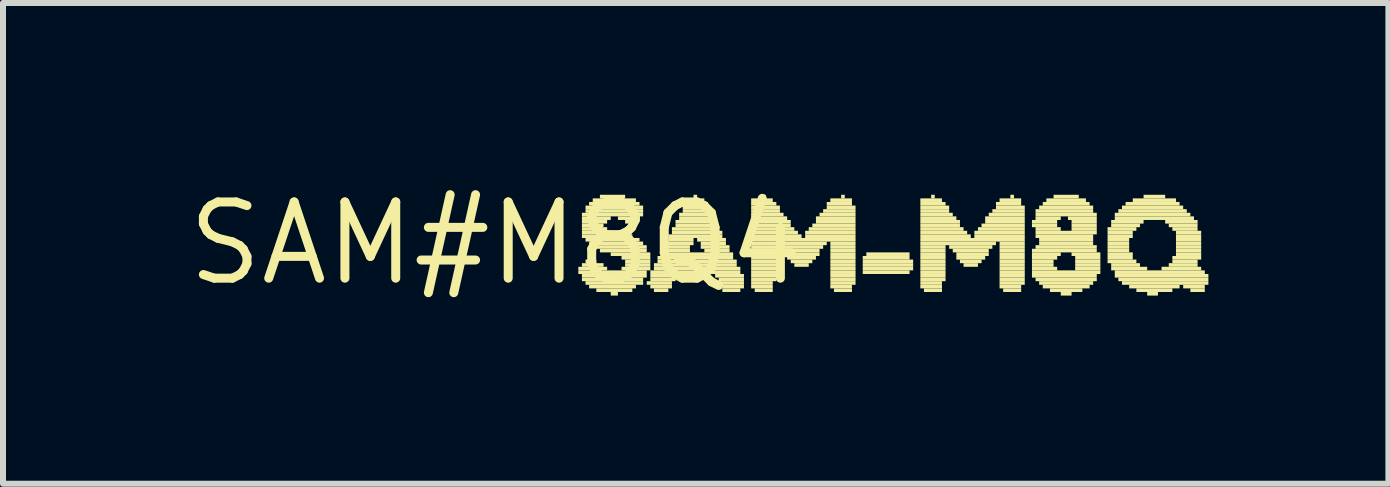
<source format=kicad_pcb>
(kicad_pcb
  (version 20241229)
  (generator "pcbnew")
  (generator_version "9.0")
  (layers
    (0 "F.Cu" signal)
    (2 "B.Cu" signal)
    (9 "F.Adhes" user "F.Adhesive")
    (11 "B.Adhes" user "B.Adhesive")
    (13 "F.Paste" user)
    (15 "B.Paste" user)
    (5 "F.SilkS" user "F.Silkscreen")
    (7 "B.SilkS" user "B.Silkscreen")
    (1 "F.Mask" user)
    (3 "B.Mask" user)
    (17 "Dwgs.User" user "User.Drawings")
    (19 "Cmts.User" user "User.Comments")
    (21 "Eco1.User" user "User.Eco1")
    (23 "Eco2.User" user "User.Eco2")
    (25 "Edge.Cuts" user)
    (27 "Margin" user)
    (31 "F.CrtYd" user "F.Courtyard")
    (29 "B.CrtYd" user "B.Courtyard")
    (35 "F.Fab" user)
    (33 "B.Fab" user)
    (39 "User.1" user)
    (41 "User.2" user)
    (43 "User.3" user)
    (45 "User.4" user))
  (footprint "SAM#M8Q4"
    (layer "F.Cu")
    (at 5.208 1.006)
    (property "Reference" "SAM#M8Q4" (at 0 0 0) (layer "F.SilkS") (effects (font (size 1.27 1.27) (thickness 0.15))))
    (fp_poly (pts (xy 1.38 0.45) (xy 1.86 0.45) (xy 1.86 0.39) (xy 1.38 0.39)) (stroke (width 0) (type solid)) (fill yes) (layer "F.SilkS"))
    (fp_poly (pts (xy 1.38 0.51) (xy 2.52 0.51) (xy 2.52 0.45) (xy 1.38 0.45)) (stroke (width 0) (type solid)) (fill yes) (layer "F.SilkS"))
    (fp_poly (pts (xy 1.44 -0.45) (xy 2.46 -0.45) (xy 2.46 -0.51) (xy 1.44 -0.51)) (stroke (width 0) (type solid)) (fill yes) (layer "F.SilkS"))
    (fp_poly (pts (xy 1.44 -0.39) (xy 1.92 -0.39) (xy 1.92 -0.45) (xy 1.44 -0.45)) (stroke (width 0) (type solid)) (fill yes) (layer "F.SilkS"))
    (fp_poly (pts (xy 1.44 -0.33) (xy 1.86 -0.33) (xy 1.86 -0.39) (xy 1.44 -0.39)) (stroke (width 0) (type solid)) (fill yes) (layer "F.SilkS"))
    (fp_poly (pts (xy 1.44 -0.27) (xy 1.8 -0.27) (xy 1.8 -0.33) (xy 1.44 -0.33)) (stroke (width 0) (type solid)) (fill yes) (layer "F.SilkS"))
    (fp_poly (pts (xy 1.44 -0.21) (xy 1.86 -0.21) (xy 1.86 -0.27) (xy 1.44 -0.27)) (stroke (width 0) (type solid)) (fill yes) (layer "F.SilkS"))
    (fp_poly (pts (xy 1.44 -0.15) (xy 1.98 -0.15) (xy 1.98 -0.21) (xy 1.44 -0.21)) (stroke (width 0) (type solid)) (fill yes) (layer "F.SilkS"))
    (fp_poly (pts (xy 1.44 -0.09) (xy 2.28 -0.09) (xy 2.28 -0.15) (xy 1.44 -0.15)) (stroke (width 0) (type solid)) (fill yes) (layer "F.SilkS"))
    (fp_poly (pts (xy 1.44 0.39) (xy 1.8 0.39) (xy 1.8 0.33) (xy 1.44 0.33)) (stroke (width 0) (type solid)) (fill yes) (layer "F.SilkS"))
    (fp_poly (pts (xy 1.44 0.57) (xy 2.52 0.57) (xy 2.52 0.51) (xy 1.44 0.51)) (stroke (width 0) (type solid)) (fill yes) (layer "F.SilkS"))
    (fp_poly (pts (xy 1.44 0.63) (xy 2.46 0.63) (xy 2.46 0.57) (xy 1.44 0.57)) (stroke (width 0) (type solid)) (fill yes) (layer "F.SilkS"))
    (fp_poly (pts (xy 1.5 -0.57) (xy 2.46 -0.57) (xy 2.46 -0.63) (xy 1.5 -0.63)) (stroke (width 0) (type solid)) (fill yes) (layer "F.SilkS"))
    (fp_poly (pts (xy 1.5 -0.51) (xy 2.46 -0.51) (xy 2.46 -0.57) (xy 1.5 -0.57)) (stroke (width 0) (type solid)) (fill yes) (layer "F.SilkS"))
    (fp_poly (pts (xy 1.5 -0.03) (xy 2.4 -0.03) (xy 2.4 -0.09) (xy 1.5 -0.09)) (stroke (width 0) (type solid)) (fill yes) (layer "F.SilkS"))
    (fp_poly (pts (xy 1.5 0.33) (xy 1.68 0.33) (xy 1.68 0.27) (xy 1.5 0.27)) (stroke (width 0) (type solid)) (fill yes) (layer "F.SilkS"))
    (fp_poly (pts (xy 1.5 0.69) (xy 2.46 0.69) (xy 2.46 0.63) (xy 1.5 0.63)) (stroke (width 0) (type solid)) (fill yes) (layer "F.SilkS"))
    (fp_poly (pts (xy 1.56 -0.63) (xy 2.4 -0.63) (xy 2.4 -0.69) (xy 1.56 -0.69)) (stroke (width 0) (type solid)) (fill yes) (layer "F.SilkS"))
    (fp_poly (pts (xy 1.56 0.03) (xy 2.46 0.03) (xy 2.46 -0.03) (xy 1.56 -0.03)) (stroke (width 0) (type solid)) (fill yes) (layer "F.SilkS"))
    (fp_poly (pts (xy 1.56 0.75) (xy 2.34 0.75) (xy 2.34 0.69) (xy 1.56 0.69)) (stroke (width 0) (type solid)) (fill yes) (layer "F.SilkS"))
    (fp_poly (pts (xy 1.62 -0.69) (xy 2.34 -0.69) (xy 2.34 -0.75) (xy 1.62 -0.75)) (stroke (width 0) (type solid)) (fill yes) (layer "F.SilkS"))
    (fp_poly (pts (xy 1.62 0.09) (xy 2.52 0.09) (xy 2.52 0.03) (xy 1.62 0.03)) (stroke (width 0) (type solid)) (fill yes) (layer "F.SilkS"))
    (fp_poly (pts (xy 1.68 0.81) (xy 2.28 0.81) (xy 2.28 0.75) (xy 1.68 0.75)) (stroke (width 0) (type solid)) (fill yes) (layer "F.SilkS"))
    (fp_poly (pts (xy 1.74 -0.75) (xy 2.16 -0.75) (xy 2.16 -0.81) (xy 1.74 -0.81)) (stroke (width 0) (type solid)) (fill yes) (layer "F.SilkS"))
    (fp_poly (pts (xy 1.74 0.15) (xy 2.52 0.15) (xy 2.52 0.09) (xy 1.74 0.09)) (stroke (width 0) (type solid)) (fill yes) (layer "F.SilkS"))
    (fp_poly (pts (xy 1.92 0.21) (xy 2.58 0.21) (xy 2.58 0.15) (xy 1.92 0.15)) (stroke (width 0) (type solid)) (fill yes) (layer "F.SilkS"))
    (fp_poly (pts (xy 1.92 0.87) (xy 2.04 0.87) (xy 2.04 0.81) (xy 1.92 0.81)) (stroke (width 0) (type solid)) (fill yes) (layer "F.SilkS"))
    (fp_poly (pts (xy 2.04 -0.39) (xy 2.4 -0.39) (xy 2.4 -0.45) (xy 2.04 -0.45)) (stroke (width 0) (type solid)) (fill yes) (layer "F.SilkS"))
    (fp_poly (pts (xy 2.1 0.27) (xy 2.58 0.27) (xy 2.58 0.21) (xy 2.1 0.21)) (stroke (width 0) (type solid)) (fill yes) (layer "F.SilkS"))
    (fp_poly (pts (xy 2.1 0.45) (xy 2.58 0.45) (xy 2.58 0.39) (xy 2.1 0.39)) (stroke (width 0) (type solid)) (fill yes) (layer "F.SilkS"))
    (fp_poly (pts (xy 2.16 -0.33) (xy 2.34 -0.33) (xy 2.34 -0.39) (xy 2.16 -0.39)) (stroke (width 0) (type solid)) (fill yes) (layer "F.SilkS"))
    (fp_poly (pts (xy 2.16 0.33) (xy 2.58 0.33) (xy 2.58 0.27) (xy 2.16 0.27)) (stroke (width 0) (type solid)) (fill yes) (layer "F.SilkS"))
    (fp_poly (pts (xy 2.16 0.39) (xy 2.58 0.39) (xy 2.58 0.33) (xy 2.16 0.33)) (stroke (width 0) (type solid)) (fill yes) (layer "F.SilkS"))
    (fp_poly (pts (xy 2.52 0.69) (xy 2.94 0.69) (xy 2.94 0.63) (xy 2.52 0.63)) (stroke (width 0) (type solid)) (fill yes) (layer "F.SilkS"))
    (fp_poly (pts (xy 2.58 0.51) (xy 4.08 0.51) (xy 4.08 0.45) (xy 2.58 0.45)) (stroke (width 0) (type solid)) (fill yes) (layer "F.SilkS"))
    (fp_poly (pts (xy 2.58 0.57) (xy 3 0.57) (xy 3 0.51) (xy 2.58 0.51)) (stroke (width 0) (type solid)) (fill yes) (layer "F.SilkS"))
    (fp_poly (pts (xy 2.58 0.63) (xy 3 0.63) (xy 3 0.57) (xy 2.58 0.57)) (stroke (width 0) (type solid)) (fill yes) (layer "F.SilkS"))
    (fp_poly (pts (xy 2.58 0.75) (xy 2.94 0.75) (xy 2.94 0.69) (xy 2.58 0.69)) (stroke (width 0) (type solid)) (fill yes) (layer "F.SilkS"))
    (fp_poly (pts (xy 2.64 0.39) (xy 4.02 0.39) (xy 4.02 0.33) (xy 2.64 0.33)) (stroke (width 0) (type solid)) (fill yes) (layer "F.SilkS"))
    (fp_poly (pts (xy 2.64 0.45) (xy 4.08 0.45) (xy 4.08 0.39) (xy 2.64 0.39)) (stroke (width 0) (type solid)) (fill yes) (layer "F.SilkS"))
    (fp_poly (pts (xy 2.64 0.81) (xy 2.88 0.81) (xy 2.88 0.75) (xy 2.64 0.75)) (stroke (width 0) (type solid)) (fill yes) (layer "F.SilkS"))
    (fp_poly (pts (xy 2.7 0.27) (xy 3.96 0.27) (xy 3.96 0.21) (xy 2.7 0.21)) (stroke (width 0) (type solid)) (fill yes) (layer "F.SilkS"))
    (fp_poly (pts (xy 2.7 0.33) (xy 4.02 0.33) (xy 4.02 0.27) (xy 2.7 0.27)) (stroke (width 0) (type solid)) (fill yes) (layer "F.SilkS"))
    (fp_poly (pts (xy 2.76 0.15) (xy 3.24 0.15) (xy 3.24 0.09) (xy 2.76 0.09)) (stroke (width 0) (type solid)) (fill yes) (layer "F.SilkS"))
    (fp_poly (pts (xy 2.76 0.21) (xy 3.96 0.21) (xy 3.96 0.15) (xy 2.76 0.15)) (stroke (width 0) (type solid)) (fill yes) (layer "F.SilkS"))
    (fp_poly (pts (xy 2.82 0.03) (xy 3.3 0.03) (xy 3.3 -0.03) (xy 2.82 -0.03)) (stroke (width 0) (type solid)) (fill yes) (layer "F.SilkS"))
    (fp_poly (pts (xy 2.82 0.09) (xy 3.24 0.09) (xy 3.24 0.03) (xy 2.82 0.03)) (stroke (width 0) (type solid)) (fill yes) (layer "F.SilkS"))
    (fp_poly (pts (xy 2.88 -0.09) (xy 3.78 -0.09) (xy 3.78 -0.15) (xy 2.88 -0.15)) (stroke (width 0) (type solid)) (fill yes) (layer "F.SilkS"))
    (fp_poly (pts (xy 2.88 -0.03) (xy 3.3 -0.03) (xy 3.3 -0.09) (xy 2.88 -0.09)) (stroke (width 0) (type solid)) (fill yes) (layer "F.SilkS"))
    (fp_poly (pts (xy 2.94 -0.21) (xy 3.72 -0.21) (xy 3.72 -0.27) (xy 2.94 -0.27)) (stroke (width 0) (type solid)) (fill yes) (layer "F.SilkS"))
    (fp_poly (pts (xy 2.94 -0.15) (xy 3.78 -0.15) (xy 3.78 -0.21) (xy 2.94 -0.21)) (stroke (width 0) (type solid)) (fill yes) (layer "F.SilkS"))
    (fp_poly (pts (xy 3 -0.33) (xy 3.66 -0.33) (xy 3.66 -0.39) (xy 3 -0.39)) (stroke (width 0) (type solid)) (fill yes) (layer "F.SilkS"))
    (fp_poly (pts (xy 3 -0.27) (xy 3.72 -0.27) (xy 3.72 -0.33) (xy 3 -0.33)) (stroke (width 0) (type solid)) (fill yes) (layer "F.SilkS"))
    (fp_poly (pts (xy 3.06 -0.45) (xy 3.6 -0.45) (xy 3.6 -0.51) (xy 3.06 -0.51)) (stroke (width 0) (type solid)) (fill yes) (layer "F.SilkS"))
    (fp_poly (pts (xy 3.06 -0.39) (xy 3.66 -0.39) (xy 3.66 -0.45) (xy 3.06 -0.45)) (stroke (width 0) (type solid)) (fill yes) (layer "F.SilkS"))
    (fp_poly (pts (xy 3.12 -0.57) (xy 3.54 -0.57) (xy 3.54 -0.63) (xy 3.12 -0.63)) (stroke (width 0) (type solid)) (fill yes) (layer "F.SilkS"))
    (fp_poly (pts (xy 3.12 -0.51) (xy 3.6 -0.51) (xy 3.6 -0.57) (xy 3.12 -0.57)) (stroke (width 0) (type solid)) (fill yes) (layer "F.SilkS"))
    (fp_poly (pts (xy 3.18 -0.69) (xy 3.48 -0.69) (xy 3.48 -0.75) (xy 3.18 -0.75)) (stroke (width 0) (type solid)) (fill yes) (layer "F.SilkS"))
    (fp_poly (pts (xy 3.18 -0.63) (xy 3.54 -0.63) (xy 3.54 -0.69) (xy 3.18 -0.69)) (stroke (width 0) (type solid)) (fill yes) (layer "F.SilkS"))
    (fp_poly (pts (xy 3.3 -0.75) (xy 3.36 -0.75) (xy 3.36 -0.81) (xy 3.3 -0.81)) (stroke (width 0) (type solid)) (fill yes) (layer "F.SilkS"))
    (fp_poly (pts (xy 3.36 -0.03) (xy 3.84 -0.03) (xy 3.84 -0.09) (xy 3.36 -0.09)) (stroke (width 0) (type solid)) (fill yes) (layer "F.SilkS"))
    (fp_poly (pts (xy 3.42 0.03) (xy 3.84 0.03) (xy 3.84 -0.03) (xy 3.42 -0.03)) (stroke (width 0) (type solid)) (fill yes) (layer "F.SilkS"))
    (fp_poly (pts (xy 3.42 0.09) (xy 3.9 0.09) (xy 3.9 0.03) (xy 3.42 0.03)) (stroke (width 0) (type solid)) (fill yes) (layer "F.SilkS"))
    (fp_poly (pts (xy 3.48 0.15) (xy 3.9 0.15) (xy 3.9 0.09) (xy 3.48 0.09)) (stroke (width 0) (type solid)) (fill yes) (layer "F.SilkS"))
    (fp_poly (pts (xy 3.66 0.57) (xy 4.14 0.57) (xy 4.14 0.51) (xy 3.66 0.51)) (stroke (width 0) (type solid)) (fill yes) (layer "F.SilkS"))
    (fp_poly (pts (xy 3.72 0.63) (xy 4.14 0.63) (xy 4.14 0.57) (xy 3.72 0.57)) (stroke (width 0) (type solid)) (fill yes) (layer "F.SilkS"))
    (fp_poly (pts (xy 3.72 0.69) (xy 4.14 0.69) (xy 4.14 0.63) (xy 3.72 0.63)) (stroke (width 0) (type solid)) (fill yes) (layer "F.SilkS"))
    (fp_poly (pts (xy 3.78 0.75) (xy 4.14 0.75) (xy 4.14 0.69) (xy 3.78 0.69)) (stroke (width 0) (type solid)) (fill yes) (layer "F.SilkS"))
    (fp_poly (pts (xy 3.78 0.81) (xy 4.08 0.81) (xy 4.08 0.75) (xy 3.78 0.75)) (stroke (width 0) (type solid)) (fill yes) (layer "F.SilkS"))
    (fp_poly (pts (xy 4.26 -0.69) (xy 4.62 -0.69) (xy 4.62 -0.75) (xy 4.26 -0.75)) (stroke (width 0) (type solid)) (fill yes) (layer "F.SilkS"))
    (fp_poly (pts (xy 4.26 -0.63) (xy 4.68 -0.63) (xy 4.68 -0.69) (xy 4.26 -0.69)) (stroke (width 0) (type solid)) (fill yes) (layer "F.SilkS"))
    (fp_poly (pts (xy 4.26 -0.57) (xy 4.74 -0.57) (xy 4.74 -0.63) (xy 4.26 -0.63)) (stroke (width 0) (type solid)) (fill yes) (layer "F.SilkS"))
    (fp_poly (pts (xy 4.26 -0.51) (xy 4.74 -0.51) (xy 4.74 -0.57) (xy 4.26 -0.57)) (stroke (width 0) (type solid)) (fill yes) (layer "F.SilkS"))
    (fp_poly (pts (xy 4.26 -0.45) (xy 4.8 -0.45) (xy 4.8 -0.51) (xy 4.26 -0.51)) (stroke (width 0) (type solid)) (fill yes) (layer "F.SilkS"))
    (fp_poly (pts (xy 4.26 -0.39) (xy 4.86 -0.39) (xy 4.86 -0.45) (xy 4.26 -0.45)) (stroke (width 0) (type solid)) (fill yes) (layer "F.SilkS"))
    (fp_poly (pts (xy 4.26 -0.33) (xy 4.92 -0.33) (xy 4.92 -0.39) (xy 4.26 -0.39)) (stroke (width 0) (type solid)) (fill yes) (layer "F.SilkS"))
    (fp_poly (pts (xy 4.26 -0.27) (xy 4.92 -0.27) (xy 4.92 -0.33) (xy 4.26 -0.33)) (stroke (width 0) (type solid)) (fill yes) (layer "F.SilkS"))
    (fp_poly (pts (xy 4.26 -0.21) (xy 4.98 -0.21) (xy 4.98 -0.27) (xy 4.26 -0.27)) (stroke (width 0) (type solid)) (fill yes) (layer "F.SilkS"))
    (fp_poly (pts (xy 4.26 -0.15) (xy 5.04 -0.15) (xy 5.04 -0.21) (xy 4.26 -0.21)) (stroke (width 0) (type solid)) (fill yes) (layer "F.SilkS"))
    (fp_poly (pts (xy 4.26 -0.09) (xy 5.1 -0.09) (xy 5.1 -0.15) (xy 4.26 -0.15)) (stroke (width 0) (type solid)) (fill yes) (layer "F.SilkS"))
    (fp_poly (pts (xy 4.26 -0.03) (xy 6 -0.03) (xy 6 -0.09) (xy 4.26 -0.09)) (stroke (width 0) (type solid)) (fill yes) (layer "F.SilkS"))
    (fp_poly (pts (xy 4.26 0.03) (xy 5.52 0.03) (xy 5.52 -0.03) (xy 4.26 -0.03)) (stroke (width 0) (type solid)) (fill yes) (layer "F.SilkS"))
    (fp_poly (pts (xy 4.26 0.09) (xy 4.68 0.09) (xy 4.68 0.03) (xy 4.26 0.03)) (stroke (width 0) (type solid)) (fill yes) (layer "F.SilkS"))
    (fp_poly (pts (xy 4.26 0.15) (xy 4.68 0.15) (xy 4.68 0.09) (xy 4.26 0.09)) (stroke (width 0) (type solid)) (fill yes) (layer "F.SilkS"))
    (fp_poly (pts (xy 4.26 0.21) (xy 4.68 0.21) (xy 4.68 0.15) (xy 4.26 0.15)) (stroke (width 0) (type solid)) (fill yes) (layer "F.SilkS"))
    (fp_poly (pts (xy 4.26 0.27) (xy 4.68 0.27) (xy 4.68 0.21) (xy 4.26 0.21)) (stroke (width 0) (type solid)) (fill yes) (layer "F.SilkS"))
    (fp_poly (pts (xy 4.26 0.33) (xy 4.68 0.33) (xy 4.68 0.27) (xy 4.26 0.27)) (stroke (width 0) (type solid)) (fill yes) (layer "F.SilkS"))
    (fp_poly (pts (xy 4.26 0.39) (xy 4.68 0.39) (xy 4.68 0.33) (xy 4.26 0.33)) (stroke (width 0) (type solid)) (fill yes) (layer "F.SilkS"))
    (fp_poly (pts (xy 4.26 0.45) (xy 4.68 0.45) (xy 4.68 0.39) (xy 4.26 0.39)) (stroke (width 0) (type solid)) (fill yes) (layer "F.SilkS"))
    (fp_poly (pts (xy 4.26 0.51) (xy 4.68 0.51) (xy 4.68 0.45) (xy 4.26 0.45)) (stroke (width 0) (type solid)) (fill yes) (layer "F.SilkS"))
    (fp_poly (pts (xy 4.26 0.57) (xy 4.68 0.57) (xy 4.68 0.51) (xy 4.26 0.51)) (stroke (width 0) (type solid)) (fill yes) (layer "F.SilkS"))
    (fp_poly (pts (xy 4.26 0.63) (xy 4.68 0.63) (xy 4.68 0.57) (xy 4.26 0.57)) (stroke (width 0) (type solid)) (fill yes) (layer "F.SilkS"))
    (fp_poly (pts (xy 4.26 0.69) (xy 4.62 0.69) (xy 4.62 0.63) (xy 4.26 0.63)) (stroke (width 0) (type solid)) (fill yes) (layer "F.SilkS"))
    (fp_poly (pts (xy 4.26 0.75) (xy 4.62 0.75) (xy 4.62 0.69) (xy 4.26 0.69)) (stroke (width 0) (type solid)) (fill yes) (layer "F.SilkS"))
    (fp_poly (pts (xy 4.32 0.81) (xy 4.62 0.81) (xy 4.62 0.75) (xy 4.32 0.75)) (stroke (width 0) (type solid)) (fill yes) (layer "F.SilkS"))
    (fp_poly (pts (xy 4.44 -0.75) (xy 4.5 -0.75) (xy 4.5 -0.81) (xy 4.44 -0.81)) (stroke (width 0) (type solid)) (fill yes) (layer "F.SilkS"))
    (fp_poly (pts (xy 4.74 0.09) (xy 5.46 0.09) (xy 5.46 0.03) (xy 4.74 0.03)) (stroke (width 0) (type solid)) (fill yes) (layer "F.SilkS"))
    (fp_poly (pts (xy 4.8 0.15) (xy 5.4 0.15) (xy 5.4 0.09) (xy 4.8 0.09)) (stroke (width 0) (type solid)) (fill yes) (layer "F.SilkS"))
    (fp_poly (pts (xy 4.86 0.21) (xy 5.4 0.21) (xy 5.4 0.15) (xy 4.86 0.15)) (stroke (width 0) (type solid)) (fill yes) (layer "F.SilkS"))
    (fp_poly (pts (xy 4.86 0.27) (xy 5.34 0.27) (xy 5.34 0.21) (xy 4.86 0.21)) (stroke (width 0) (type solid)) (fill yes) (layer "F.SilkS"))
    (fp_poly (pts (xy 4.92 0.33) (xy 5.28 0.33) (xy 5.28 0.27) (xy 4.92 0.27)) (stroke (width 0) (type solid)) (fill yes) (layer "F.SilkS"))
    (fp_poly (pts (xy 4.98 0.39) (xy 5.22 0.39) (xy 5.22 0.33) (xy 4.98 0.33)) (stroke (width 0) (type solid)) (fill yes) (layer "F.SilkS"))
    (fp_poly (pts (xy 5.16 -0.15) (xy 6 -0.15) (xy 6 -0.21) (xy 5.16 -0.21)) (stroke (width 0) (type solid)) (fill yes) (layer "F.SilkS"))
    (fp_poly (pts (xy 5.16 -0.09) (xy 6 -0.09) (xy 6 -0.15) (xy 5.16 -0.15)) (stroke (width 0) (type solid)) (fill yes) (layer "F.SilkS"))
    (fp_poly (pts (xy 5.22 -0.21) (xy 6 -0.21) (xy 6 -0.27) (xy 5.22 -0.27)) (stroke (width 0) (type solid)) (fill yes) (layer "F.SilkS"))
    (fp_poly (pts (xy 5.28 -0.27) (xy 6 -0.27) (xy 6 -0.33) (xy 5.28 -0.33)) (stroke (width 0) (type solid)) (fill yes) (layer "F.SilkS"))
    (fp_poly (pts (xy 5.34 -0.39) (xy 6 -0.39) (xy 6 -0.45) (xy 5.34 -0.45)) (stroke (width 0) (type solid)) (fill yes) (layer "F.SilkS"))
    (fp_poly (pts (xy 5.34 -0.33) (xy 6 -0.33) (xy 6 -0.39) (xy 5.34 -0.39)) (stroke (width 0) (type solid)) (fill yes) (layer "F.SilkS"))
    (fp_poly (pts (xy 5.4 -0.45) (xy 6 -0.45) (xy 6 -0.51) (xy 5.4 -0.51)) (stroke (width 0) (type solid)) (fill yes) (layer "F.SilkS"))
    (fp_poly (pts (xy 5.46 -0.51) (xy 6 -0.51) (xy 6 -0.57) (xy 5.46 -0.57)) (stroke (width 0) (type solid)) (fill yes) (layer "F.SilkS"))
    (fp_poly (pts (xy 5.52 -0.63) (xy 5.94 -0.63) (xy 5.94 -0.69) (xy 5.52 -0.69)) (stroke (width 0) (type solid)) (fill yes) (layer "F.SilkS"))
    (fp_poly (pts (xy 5.52 -0.57) (xy 6 -0.57) (xy 6 -0.63) (xy 5.52 -0.63)) (stroke (width 0) (type solid)) (fill yes) (layer "F.SilkS"))
    (fp_poly (pts (xy 5.58 -0.69) (xy 5.94 -0.69) (xy 5.94 -0.75) (xy 5.58 -0.75)) (stroke (width 0) (type solid)) (fill yes) (layer "F.SilkS"))
    (fp_poly (pts (xy 5.58 0.03) (xy 6 0.03) (xy 6 -0.03) (xy 5.58 -0.03)) (stroke (width 0) (type solid)) (fill yes) (layer "F.SilkS"))
    (fp_poly (pts (xy 5.58 0.09) (xy 6 0.09) (xy 6 0.03) (xy 5.58 0.03)) (stroke (width 0) (type solid)) (fill yes) (layer "F.SilkS"))
    (fp_poly (pts (xy 5.58 0.15) (xy 6 0.15) (xy 6 0.09) (xy 5.58 0.09)) (stroke (width 0) (type solid)) (fill yes) (layer "F.SilkS"))
    (fp_poly (pts (xy 5.58 0.21) (xy 6 0.21) (xy 6 0.15) (xy 5.58 0.15)) (stroke (width 0) (type solid)) (fill yes) (layer "F.SilkS"))
    (fp_poly (pts (xy 5.58 0.27) (xy 6 0.27) (xy 6 0.21) (xy 5.58 0.21)) (stroke (width 0) (type solid)) (fill yes) (layer "F.SilkS"))
    (fp_poly (pts (xy 5.58 0.33) (xy 6 0.33) (xy 6 0.27) (xy 5.58 0.27)) (stroke (width 0) (type solid)) (fill yes) (layer "F.SilkS"))
    (fp_poly (pts (xy 5.58 0.39) (xy 6 0.39) (xy 6 0.33) (xy 5.58 0.33)) (stroke (width 0) (type solid)) (fill yes) (layer "F.SilkS"))
    (fp_poly (pts (xy 5.58 0.45) (xy 6 0.45) (xy 6 0.39) (xy 5.58 0.39)) (stroke (width 0) (type solid)) (fill yes) (layer "F.SilkS"))
    (fp_poly (pts (xy 5.58 0.51) (xy 6 0.51) (xy 6 0.45) (xy 5.58 0.45)) (stroke (width 0) (type solid)) (fill yes) (layer "F.SilkS"))
    (fp_poly (pts (xy 5.58 0.57) (xy 6 0.57) (xy 6 0.51) (xy 5.58 0.51)) (stroke (width 0) (type solid)) (fill yes) (layer "F.SilkS"))
    (fp_poly (pts (xy 5.58 0.63) (xy 6 0.63) (xy 6 0.57) (xy 5.58 0.57)) (stroke (width 0) (type solid)) (fill yes) (layer "F.SilkS"))
    (fp_poly (pts (xy 5.58 0.69) (xy 6 0.69) (xy 6 0.63) (xy 5.58 0.63)) (stroke (width 0) (type solid)) (fill yes) (layer "F.SilkS"))
    (fp_poly (pts (xy 5.58 0.75) (xy 5.94 0.75) (xy 5.94 0.69) (xy 5.58 0.69)) (stroke (width 0) (type solid)) (fill yes) (layer "F.SilkS"))
    (fp_poly (pts (xy 5.64 0.81) (xy 5.94 0.81) (xy 5.94 0.75) (xy 5.64 0.75)) (stroke (width 0) (type solid)) (fill yes) (layer "F.SilkS"))
    (fp_poly (pts (xy 5.76 -0.75) (xy 5.82 -0.75) (xy 5.82 -0.81) (xy 5.76 -0.81)) (stroke (width 0) (type solid)) (fill yes) (layer "F.SilkS"))
    (fp_poly (pts (xy 6.12 0.27) (xy 6.9 0.27) (xy 6.9 0.21) (xy 6.12 0.21)) (stroke (width 0) (type solid)) (fill yes) (layer "F.SilkS"))
    (fp_poly (pts (xy 6.12 0.33) (xy 6.96 0.33) (xy 6.96 0.27) (xy 6.12 0.27)) (stroke (width 0) (type solid)) (fill yes) (layer "F.SilkS"))
    (fp_poly (pts (xy 6.12 0.39) (xy 6.96 0.39) (xy 6.96 0.33) (xy 6.12 0.33)) (stroke (width 0) (type solid)) (fill yes) (layer "F.SilkS"))
    (fp_poly (pts (xy 6.12 0.45) (xy 6.96 0.45) (xy 6.96 0.39) (xy 6.12 0.39)) (stroke (width 0) (type solid)) (fill yes) (layer "F.SilkS"))
    (fp_poly (pts (xy 6.12 0.51) (xy 6.9 0.51) (xy 6.9 0.45) (xy 6.12 0.45)) (stroke (width 0) (type solid)) (fill yes) (layer "F.SilkS"))
    (fp_poly (pts (xy 6.18 0.21) (xy 6.9 0.21) (xy 6.9 0.15) (xy 6.18 0.15)) (stroke (width 0) (type solid)) (fill yes) (layer "F.SilkS"))
    (fp_poly (pts (xy 7.08 -0.69) (xy 7.44 -0.69) (xy 7.44 -0.75) (xy 7.08 -0.75)) (stroke (width 0) (type solid)) (fill yes) (layer "F.SilkS"))
    (fp_poly (pts (xy 7.08 -0.63) (xy 7.5 -0.63) (xy 7.5 -0.69) (xy 7.08 -0.69)) (stroke (width 0) (type solid)) (fill yes) (layer "F.SilkS"))
    (fp_poly (pts (xy 7.08 -0.57) (xy 7.56 -0.57) (xy 7.56 -0.63) (xy 7.08 -0.63)) (stroke (width 0) (type solid)) (fill yes) (layer "F.SilkS"))
    (fp_poly (pts (xy 7.08 -0.51) (xy 7.56 -0.51) (xy 7.56 -0.57) (xy 7.08 -0.57)) (stroke (width 0) (type solid)) (fill yes) (layer "F.SilkS"))
    (fp_poly (pts (xy 7.08 -0.45) (xy 7.62 -0.45) (xy 7.62 -0.51) (xy 7.08 -0.51)) (stroke (width 0) (type solid)) (fill yes) (layer "F.SilkS"))
    (fp_poly (pts (xy 7.08 -0.39) (xy 7.68 -0.39) (xy 7.68 -0.45) (xy 7.08 -0.45)) (stroke (width 0) (type solid)) (fill yes) (layer "F.SilkS"))
    (fp_poly (pts (xy 7.08 -0.33) (xy 7.74 -0.33) (xy 7.74 -0.39) (xy 7.08 -0.39)) (stroke (width 0) (type solid)) (fill yes) (layer "F.SilkS"))
    (fp_poly (pts (xy 7.08 -0.27) (xy 7.74 -0.27) (xy 7.74 -0.33) (xy 7.08 -0.33)) (stroke (width 0) (type solid)) (fill yes) (layer "F.SilkS"))
    (fp_poly (pts (xy 7.08 -0.21) (xy 7.8 -0.21) (xy 7.8 -0.27) (xy 7.08 -0.27)) (stroke (width 0) (type solid)) (fill yes) (layer "F.SilkS"))
    (fp_poly (pts (xy 7.08 -0.15) (xy 7.86 -0.15) (xy 7.86 -0.21) (xy 7.08 -0.21)) (stroke (width 0) (type solid)) (fill yes) (layer "F.SilkS"))
    (fp_poly (pts (xy 7.08 -0.09) (xy 7.92 -0.09) (xy 7.92 -0.15) (xy 7.08 -0.15)) (stroke (width 0) (type solid)) (fill yes) (layer "F.SilkS"))
    (fp_poly (pts (xy 7.08 -0.03) (xy 8.82 -0.03) (xy 8.82 -0.09) (xy 7.08 -0.09)) (stroke (width 0) (type solid)) (fill yes) (layer "F.SilkS"))
    (fp_poly (pts (xy 7.08 0.03) (xy 8.34 0.03) (xy 8.34 -0.03) (xy 7.08 -0.03)) (stroke (width 0) (type solid)) (fill yes) (layer "F.SilkS"))
    (fp_poly (pts (xy 7.08 0.09) (xy 7.5 0.09) (xy 7.5 0.03) (xy 7.08 0.03)) (stroke (width 0) (type solid)) (fill yes) (layer "F.SilkS"))
    (fp_poly (pts (xy 7.08 0.15) (xy 7.5 0.15) (xy 7.5 0.09) (xy 7.08 0.09)) (stroke (width 0) (type solid)) (fill yes) (layer "F.SilkS"))
    (fp_poly (pts (xy 7.08 0.21) (xy 7.5 0.21) (xy 7.5 0.15) (xy 7.08 0.15)) (stroke (width 0) (type solid)) (fill yes) (layer "F.SilkS"))
    (fp_poly (pts (xy 7.08 0.27) (xy 7.5 0.27) (xy 7.5 0.21) (xy 7.08 0.21)) (stroke (width 0) (type solid)) (fill yes) (layer "F.SilkS"))
    (fp_poly (pts (xy 7.08 0.33) (xy 7.5 0.33) (xy 7.5 0.27) (xy 7.08 0.27)) (stroke (width 0) (type solid)) (fill yes) (layer "F.SilkS"))
    (fp_poly (pts (xy 7.08 0.39) (xy 7.5 0.39) (xy 7.5 0.33) (xy 7.08 0.33)) (stroke (width 0) (type solid)) (fill yes) (layer "F.SilkS"))
    (fp_poly (pts (xy 7.08 0.45) (xy 7.5 0.45) (xy 7.5 0.39) (xy 7.08 0.39)) (stroke (width 0) (type solid)) (fill yes) (layer "F.SilkS"))
    (fp_poly (pts (xy 7.08 0.51) (xy 7.5 0.51) (xy 7.5 0.45) (xy 7.08 0.45)) (stroke (width 0) (type solid)) (fill yes) (layer "F.SilkS"))
    (fp_poly (pts (xy 7.08 0.57) (xy 7.5 0.57) (xy 7.5 0.51) (xy 7.08 0.51)) (stroke (width 0) (type solid)) (fill yes) (layer "F.SilkS"))
    (fp_poly (pts (xy 7.08 0.63) (xy 7.5 0.63) (xy 7.5 0.57) (xy 7.08 0.57)) (stroke (width 0) (type solid)) (fill yes) (layer "F.SilkS"))
    (fp_poly (pts (xy 7.08 0.69) (xy 7.44 0.69) (xy 7.44 0.63) (xy 7.08 0.63)) (stroke (width 0) (type solid)) (fill yes) (layer "F.SilkS"))
    (fp_poly (pts (xy 7.08 0.75) (xy 7.44 0.75) (xy 7.44 0.69) (xy 7.08 0.69)) (stroke (width 0) (type solid)) (fill yes) (layer "F.SilkS"))
    (fp_poly (pts (xy 7.14 0.81) (xy 7.44 0.81) (xy 7.44 0.75) (xy 7.14 0.75)) (stroke (width 0) (type solid)) (fill yes) (layer "F.SilkS"))
    (fp_poly (pts (xy 7.26 -0.75) (xy 7.32 -0.75) (xy 7.32 -0.81) (xy 7.26 -0.81)) (stroke (width 0) (type solid)) (fill yes) (layer "F.SilkS"))
    (fp_poly (pts (xy 7.56 0.09) (xy 8.28 0.09) (xy 8.28 0.03) (xy 7.56 0.03)) (stroke (width 0) (type solid)) (fill yes) (layer "F.SilkS"))
    (fp_poly (pts (xy 7.62 0.15) (xy 8.22 0.15) (xy 8.22 0.09) (xy 7.62 0.09)) (stroke (width 0) (type solid)) (fill yes) (layer "F.SilkS"))
    (fp_poly (pts (xy 7.68 0.21) (xy 8.22 0.21) (xy 8.22 0.15) (xy 7.68 0.15)) (stroke (width 0) (type solid)) (fill yes) (layer "F.SilkS"))
    (fp_poly (pts (xy 7.68 0.27) (xy 8.16 0.27) (xy 8.16 0.21) (xy 7.68 0.21)) (stroke (width 0) (type solid)) (fill yes) (layer "F.SilkS"))
    (fp_poly (pts (xy 7.74 0.33) (xy 8.1 0.33) (xy 8.1 0.27) (xy 7.74 0.27)) (stroke (width 0) (type solid)) (fill yes) (layer "F.SilkS"))
    (fp_poly (pts (xy 7.8 0.39) (xy 8.04 0.39) (xy 8.04 0.33) (xy 7.8 0.33)) (stroke (width 0) (type solid)) (fill yes) (layer "F.SilkS"))
    (fp_poly (pts (xy 7.98 -0.15) (xy 8.82 -0.15) (xy 8.82 -0.21) (xy 7.98 -0.21)) (stroke (width 0) (type solid)) (fill yes) (layer "F.SilkS"))
    (fp_poly (pts (xy 7.98 -0.09) (xy 8.82 -0.09) (xy 8.82 -0.15) (xy 7.98 -0.15)) (stroke (width 0) (type solid)) (fill yes) (layer "F.SilkS"))
    (fp_poly (pts (xy 8.04 -0.21) (xy 8.82 -0.21) (xy 8.82 -0.27) (xy 8.04 -0.27)) (stroke (width 0) (type solid)) (fill yes) (layer "F.SilkS"))
    (fp_poly (pts (xy 8.1 -0.27) (xy 8.82 -0.27) (xy 8.82 -0.33) (xy 8.1 -0.33)) (stroke (width 0) (type solid)) (fill yes) (layer "F.SilkS"))
    (fp_poly (pts (xy 8.16 -0.39) (xy 8.82 -0.39) (xy 8.82 -0.45) (xy 8.16 -0.45)) (stroke (width 0) (type solid)) (fill yes) (layer "F.SilkS"))
    (fp_poly (pts (xy 8.16 -0.33) (xy 8.82 -0.33) (xy 8.82 -0.39) (xy 8.16 -0.39)) (stroke (width 0) (type solid)) (fill yes) (layer "F.SilkS"))
    (fp_poly (pts (xy 8.22 -0.45) (xy 8.82 -0.45) (xy 8.82 -0.51) (xy 8.22 -0.51)) (stroke (width 0) (type solid)) (fill yes) (layer "F.SilkS"))
    (fp_poly (pts (xy 8.28 -0.51) (xy 8.82 -0.51) (xy 8.82 -0.57) (xy 8.28 -0.57)) (stroke (width 0) (type solid)) (fill yes) (layer "F.SilkS"))
    (fp_poly (pts (xy 8.34 -0.63) (xy 8.76 -0.63) (xy 8.76 -0.69) (xy 8.34 -0.69)) (stroke (width 0) (type solid)) (fill yes) (layer "F.SilkS"))
    (fp_poly (pts (xy 8.34 -0.57) (xy 8.82 -0.57) (xy 8.82 -0.63) (xy 8.34 -0.63)) (stroke (width 0) (type solid)) (fill yes) (layer "F.SilkS"))
    (fp_poly (pts (xy 8.4 -0.69) (xy 8.76 -0.69) (xy 8.76 -0.75) (xy 8.4 -0.75)) (stroke (width 0) (type solid)) (fill yes) (layer "F.SilkS"))
    (fp_poly (pts (xy 8.4 0.03) (xy 8.82 0.03) (xy 8.82 -0.03) (xy 8.4 -0.03)) (stroke (width 0) (type solid)) (fill yes) (layer "F.SilkS"))
    (fp_poly (pts (xy 8.4 0.09) (xy 8.82 0.09) (xy 8.82 0.03) (xy 8.4 0.03)) (stroke (width 0) (type solid)) (fill yes) (layer "F.SilkS"))
    (fp_poly (pts (xy 8.4 0.15) (xy 8.82 0.15) (xy 8.82 0.09) (xy 8.4 0.09)) (stroke (width 0) (type solid)) (fill yes) (layer "F.SilkS"))
    (fp_poly (pts (xy 8.4 0.21) (xy 8.82 0.21) (xy 8.82 0.15) (xy 8.4 0.15)) (stroke (width 0) (type solid)) (fill yes) (layer "F.SilkS"))
    (fp_poly (pts (xy 8.4 0.27) (xy 8.82 0.27) (xy 8.82 0.21) (xy 8.4 0.21)) (stroke (width 0) (type solid)) (fill yes) (layer "F.SilkS"))
    (fp_poly (pts (xy 8.4 0.33) (xy 8.82 0.33) (xy 8.82 0.27) (xy 8.4 0.27)) (stroke (width 0) (type solid)) (fill yes) (layer "F.SilkS"))
    (fp_poly (pts (xy 8.4 0.39) (xy 8.82 0.39) (xy 8.82 0.33) (xy 8.4 0.33)) (stroke (width 0) (type solid)) (fill yes) (layer "F.SilkS"))
    (fp_poly (pts (xy 8.4 0.45) (xy 8.82 0.45) (xy 8.82 0.39) (xy 8.4 0.39)) (stroke (width 0) (type solid)) (fill yes) (layer "F.SilkS"))
    (fp_poly (pts (xy 8.4 0.51) (xy 8.82 0.51) (xy 8.82 0.45) (xy 8.4 0.45)) (stroke (width 0) (type solid)) (fill yes) (layer "F.SilkS"))
    (fp_poly (pts (xy 8.4 0.57) (xy 8.82 0.57) (xy 8.82 0.51) (xy 8.4 0.51)) (stroke (width 0) (type solid)) (fill yes) (layer "F.SilkS"))
    (fp_poly (pts (xy 8.4 0.63) (xy 8.82 0.63) (xy 8.82 0.57) (xy 8.4 0.57)) (stroke (width 0) (type solid)) (fill yes) (layer "F.SilkS"))
    (fp_poly (pts (xy 8.4 0.69) (xy 8.82 0.69) (xy 8.82 0.63) (xy 8.4 0.63)) (stroke (width 0) (type solid)) (fill yes) (layer "F.SilkS"))
    (fp_poly (pts (xy 8.4 0.75) (xy 8.76 0.75) (xy 8.76 0.69) (xy 8.4 0.69)) (stroke (width 0) (type solid)) (fill yes) (layer "F.SilkS"))
    (fp_poly (pts (xy 8.46 0.81) (xy 8.76 0.81) (xy 8.76 0.75) (xy 8.46 0.75)) (stroke (width 0) (type solid)) (fill yes) (layer "F.SilkS"))
    (fp_poly (pts (xy 8.58 -0.75) (xy 8.64 -0.75) (xy 8.64 -0.81) (xy 8.58 -0.81)) (stroke (width 0) (type solid)) (fill yes) (layer "F.SilkS"))
    (fp_poly (pts (xy 8.94 -0.33) (xy 9.36 -0.33) (xy 9.36 -0.39) (xy 8.94 -0.39)) (stroke (width 0) (type solid)) (fill yes) (layer "F.SilkS"))
    (fp_poly (pts (xy 8.94 -0.27) (xy 9.36 -0.27) (xy 9.36 -0.33) (xy 8.94 -0.33)) (stroke (width 0) (type solid)) (fill yes) (layer "F.SilkS"))
    (fp_poly (pts (xy 8.94 0.15) (xy 10.02 0.15) (xy 10.02 0.09) (xy 8.94 0.09)) (stroke (width 0) (type solid)) (fill yes) (layer "F.SilkS"))
    (fp_poly (pts (xy 8.94 0.21) (xy 9.42 0.21) (xy 9.42 0.15) (xy 8.94 0.15)) (stroke (width 0) (type solid)) (fill yes) (layer "F.SilkS"))
    (fp_poly (pts (xy 8.94 0.27) (xy 9.36 0.27) (xy 9.36 0.21) (xy 8.94 0.21)) (stroke (width 0) (type solid)) (fill yes) (layer "F.SilkS"))
    (fp_poly (pts (xy 8.94 0.33) (xy 9.3 0.33) (xy 9.3 0.27) (xy 8.94 0.27)) (stroke (width 0) (type solid)) (fill yes) (layer "F.SilkS"))
    (fp_poly (pts (xy 8.94 0.39) (xy 9.3 0.39) (xy 9.3 0.33) (xy 8.94 0.33)) (stroke (width 0) (type solid)) (fill yes) (layer "F.SilkS"))
    (fp_poly (pts (xy 8.94 0.45) (xy 9.36 0.45) (xy 9.36 0.39) (xy 8.94 0.39)) (stroke (width 0) (type solid)) (fill yes) (layer "F.SilkS"))
    (fp_poly (pts (xy 8.94 0.51) (xy 10.08 0.51) (xy 10.08 0.45) (xy 8.94 0.45)) (stroke (width 0) (type solid)) (fill yes) (layer "F.SilkS"))
    (fp_poly (pts (xy 8.94 0.57) (xy 10.02 0.57) (xy 10.02 0.51) (xy 8.94 0.51)) (stroke (width 0) (type solid)) (fill yes) (layer "F.SilkS"))
    (fp_poly (pts (xy 9 -0.51) (xy 9.96 -0.51) (xy 9.96 -0.57) (xy 9 -0.57)) (stroke (width 0) (type solid)) (fill yes) (layer "F.SilkS"))
    (fp_poly (pts (xy 9 -0.45) (xy 10.02 -0.45) (xy 10.02 -0.51) (xy 9 -0.51)) (stroke (width 0) (type solid)) (fill yes) (layer "F.SilkS"))
    (fp_poly (pts (xy 9 -0.39) (xy 9.42 -0.39) (xy 9.42 -0.45) (xy 9 -0.45)) (stroke (width 0) (type solid)) (fill yes) (layer "F.SilkS"))
    (fp_poly (pts (xy 9 -0.21) (xy 9.42 -0.21) (xy 9.42 -0.27) (xy 9 -0.27)) (stroke (width 0) (type solid)) (fill yes) (layer "F.SilkS"))
    (fp_poly (pts (xy 9 -0.15) (xy 10.02 -0.15) (xy 10.02 -0.21) (xy 9 -0.21)) (stroke (width 0) (type solid)) (fill yes) (layer "F.SilkS"))
    (fp_poly (pts (xy 9 -0.09) (xy 9.96 -0.09) (xy 9.96 -0.15) (xy 9 -0.15)) (stroke (width 0) (type solid)) (fill yes) (layer "F.SilkS"))
    (fp_poly (pts (xy 9 0.09) (xy 10.02 0.09) (xy 10.02 0.03) (xy 9 0.03)) (stroke (width 0) (type solid)) (fill yes) (layer "F.SilkS"))
    (fp_poly (pts (xy 9 0.63) (xy 10.02 0.63) (xy 10.02 0.57) (xy 9 0.57)) (stroke (width 0) (type solid)) (fill yes) (layer "F.SilkS"))
    (fp_poly (pts (xy 9.06 -0.57) (xy 9.96 -0.57) (xy 9.96 -0.63) (xy 9.06 -0.63)) (stroke (width 0) (type solid)) (fill yes) (layer "F.SilkS"))
    (fp_poly (pts (xy 9.06 -0.03) (xy 9.96 -0.03) (xy 9.96 -0.09) (xy 9.06 -0.09)) (stroke (width 0) (type solid)) (fill yes) (layer "F.SilkS"))
    (fp_poly (pts (xy 9.06 0.03) (xy 9.96 0.03) (xy 9.96 -0.03) (xy 9.06 -0.03)) (stroke (width 0) (type solid)) (fill yes) (layer "F.SilkS"))
    (fp_poly (pts (xy 9.06 0.69) (xy 9.96 0.69) (xy 9.96 0.63) (xy 9.06 0.63)) (stroke (width 0) (type solid)) (fill yes) (layer "F.SilkS"))
    (fp_poly (pts (xy 9.12 -0.63) (xy 9.9 -0.63) (xy 9.9 -0.69) (xy 9.12 -0.69)) (stroke (width 0) (type solid)) (fill yes) (layer "F.SilkS"))
    (fp_poly (pts (xy 9.12 0.75) (xy 9.9 0.75) (xy 9.9 0.69) (xy 9.12 0.69)) (stroke (width 0) (type solid)) (fill yes) (layer "F.SilkS"))
    (fp_poly (pts (xy 9.18 -0.69) (xy 9.84 -0.69) (xy 9.84 -0.75) (xy 9.18 -0.75)) (stroke (width 0) (type solid)) (fill yes) (layer "F.SilkS"))
    (fp_poly (pts (xy 9.24 0.81) (xy 9.78 0.81) (xy 9.78 0.75) (xy 9.24 0.75)) (stroke (width 0) (type solid)) (fill yes) (layer "F.SilkS"))
    (fp_poly (pts (xy 9.3 -0.75) (xy 9.72 -0.75) (xy 9.72 -0.81) (xy 9.3 -0.81)) (stroke (width 0) (type solid)) (fill yes) (layer "F.SilkS"))
    (fp_poly (pts (xy 9.42 0.87) (xy 9.6 0.87) (xy 9.6 0.81) (xy 9.42 0.81)) (stroke (width 0) (type solid)) (fill yes) (layer "F.SilkS"))
    (fp_poly (pts (xy 9.54 -0.39) (xy 10.02 -0.39) (xy 10.02 -0.45) (xy 9.54 -0.45)) (stroke (width 0) (type solid)) (fill yes) (layer "F.SilkS"))
    (fp_poly (pts (xy 9.6 -0.33) (xy 10.02 -0.33) (xy 10.02 -0.39) (xy 9.6 -0.39)) (stroke (width 0) (type solid)) (fill yes) (layer "F.SilkS"))
    (fp_poly (pts (xy 9.6 -0.27) (xy 10.02 -0.27) (xy 10.02 -0.33) (xy 9.6 -0.33)) (stroke (width 0) (type solid)) (fill yes) (layer "F.SilkS"))
    (fp_poly (pts (xy 9.6 -0.21) (xy 10.02 -0.21) (xy 10.02 -0.27) (xy 9.6 -0.27)) (stroke (width 0) (type solid)) (fill yes) (layer "F.SilkS"))
    (fp_poly (pts (xy 9.6 0.21) (xy 10.08 0.21) (xy 10.08 0.15) (xy 9.6 0.15)) (stroke (width 0) (type solid)) (fill yes) (layer "F.SilkS"))
    (fp_poly (pts (xy 9.66 0.27) (xy 10.08 0.27) (xy 10.08 0.21) (xy 9.66 0.21)) (stroke (width 0) (type solid)) (fill yes) (layer "F.SilkS"))
    (fp_poly (pts (xy 9.66 0.33) (xy 10.08 0.33) (xy 10.08 0.27) (xy 9.66 0.27)) (stroke (width 0) (type solid)) (fill yes) (layer "F.SilkS"))
    (fp_poly (pts (xy 9.66 0.39) (xy 10.08 0.39) (xy 10.08 0.33) (xy 9.66 0.33)) (stroke (width 0) (type solid)) (fill yes) (layer "F.SilkS"))
    (fp_poly (pts (xy 9.66 0.45) (xy 10.08 0.45) (xy 10.08 0.39) (xy 9.66 0.39)) (stroke (width 0) (type solid)) (fill yes) (layer "F.SilkS"))
    (fp_poly (pts (xy 10.2 -0.21) (xy 10.68 -0.21) (xy 10.68 -0.27) (xy 10.2 -0.27)) (stroke (width 0) (type solid)) (fill yes) (layer "F.SilkS"))
    (fp_poly (pts (xy 10.2 -0.15) (xy 10.62 -0.15) (xy 10.62 -0.21) (xy 10.2 -0.21)) (stroke (width 0) (type solid)) (fill yes) (layer "F.SilkS"))
    (fp_poly (pts (xy 10.2 -0.09) (xy 10.62 -0.09) (xy 10.62 -0.15) (xy 10.2 -0.15)) (stroke (width 0) (type solid)) (fill yes) (layer "F.SilkS"))
    (fp_poly (pts (xy 10.2 -0.03) (xy 10.56 -0.03) (xy 10.56 -0.09) (xy 10.2 -0.09)) (stroke (width 0) (type solid)) (fill yes) (layer "F.SilkS"))
    (fp_poly (pts (xy 10.2 0.03) (xy 10.56 0.03) (xy 10.56 -0.03) (xy 10.2 -0.03)) (stroke (width 0) (type solid)) (fill yes) (layer "F.SilkS"))
    (fp_poly (pts (xy 10.2 0.09) (xy 10.56 0.09) (xy 10.56 0.03) (xy 10.2 0.03)) (stroke (width 0) (type solid)) (fill yes) (layer "F.SilkS"))
    (fp_poly (pts (xy 10.2 0.15) (xy 10.56 0.15) (xy 10.56 0.09) (xy 10.2 0.09)) (stroke (width 0) (type solid)) (fill yes) (layer "F.SilkS"))
    (fp_poly (pts (xy 10.2 0.21) (xy 10.62 0.21) (xy 10.62 0.15) (xy 10.2 0.15)) (stroke (width 0) (type solid)) (fill yes) (layer "F.SilkS"))
    (fp_poly (pts (xy 10.2 0.27) (xy 10.62 0.27) (xy 10.62 0.21) (xy 10.2 0.21)) (stroke (width 0) (type solid)) (fill yes) (layer "F.SilkS"))
    (fp_poly (pts (xy 10.2 0.33) (xy 10.68 0.33) (xy 10.68 0.27) (xy 10.2 0.27)) (stroke (width 0) (type solid)) (fill yes) (layer "F.SilkS"))
    (fp_poly (pts (xy 10.26 -0.33) (xy 10.8 -0.33) (xy 10.8 -0.39) (xy 10.26 -0.39)) (stroke (width 0) (type solid)) (fill yes) (layer "F.SilkS"))
    (fp_poly (pts (xy 10.26 -0.27) (xy 10.74 -0.27) (xy 10.74 -0.33) (xy 10.26 -0.33)) (stroke (width 0) (type solid)) (fill yes) (layer "F.SilkS"))
    (fp_poly (pts (xy 10.26 0.39) (xy 10.74 0.39) (xy 10.74 0.33) (xy 10.26 0.33)) (stroke (width 0) (type solid)) (fill yes) (layer "F.SilkS"))
    (fp_poly (pts (xy 10.26 0.45) (xy 10.86 0.45) (xy 10.86 0.39) (xy 10.26 0.39)) (stroke (width 0) (type solid)) (fill yes) (layer "F.SilkS"))
    (fp_poly (pts (xy 10.32 -0.45) (xy 11.58 -0.45) (xy 11.58 -0.51) (xy 10.32 -0.51)) (stroke (width 0) (type solid)) (fill yes) (layer "F.SilkS"))
    (fp_poly (pts (xy 10.32 -0.39) (xy 11.64 -0.39) (xy 11.64 -0.45) (xy 10.32 -0.45)) (stroke (width 0) (type solid)) (fill yes) (layer "F.SilkS"))
    (fp_poly (pts (xy 10.32 0.51) (xy 11.82 0.51) (xy 11.82 0.45) (xy 10.32 0.45)) (stroke (width 0) (type solid)) (fill yes) (layer "F.SilkS"))
    (fp_poly (pts (xy 10.32 0.57) (xy 11.88 0.57) (xy 11.88 0.51) (xy 10.32 0.51)) (stroke (width 0) (type solid)) (fill yes) (layer "F.SilkS"))
    (fp_poly (pts (xy 10.38 -0.51) (xy 11.52 -0.51) (xy 11.52 -0.57) (xy 10.38 -0.57)) (stroke (width 0) (type solid)) (fill yes) (layer "F.SilkS"))
    (fp_poly (pts (xy 10.38 0.63) (xy 11.88 0.63) (xy 11.88 0.57) (xy 10.38 0.57)) (stroke (width 0) (type solid)) (fill yes) (layer "F.SilkS"))
    (fp_poly (pts (xy 10.44 -0.57) (xy 11.46 -0.57) (xy 11.46 -0.63) (xy 10.44 -0.63)) (stroke (width 0) (type solid)) (fill yes) (layer "F.SilkS"))
    (fp_poly (pts (xy 10.44 0.69) (xy 11.88 0.69) (xy 11.88 0.63) (xy 10.44 0.63)) (stroke (width 0) (type solid)) (fill yes) (layer "F.SilkS"))
    (fp_poly (pts (xy 10.5 -0.63) (xy 11.4 -0.63) (xy 11.4 -0.69) (xy 10.5 -0.69)) (stroke (width 0) (type solid)) (fill yes) (layer "F.SilkS"))
    (fp_poly (pts (xy 10.56 0.75) (xy 11.4 0.75) (xy 11.4 0.69) (xy 10.56 0.69)) (stroke (width 0) (type solid)) (fill yes) (layer "F.SilkS"))
    (fp_poly (pts (xy 10.62 -0.69) (xy 11.34 -0.69) (xy 11.34 -0.75) (xy 10.62 -0.75)) (stroke (width 0) (type solid)) (fill yes) (layer "F.SilkS"))
    (fp_poly (pts (xy 10.68 0.81) (xy 11.28 0.81) (xy 11.28 0.75) (xy 10.68 0.75)) (stroke (width 0) (type solid)) (fill yes) (layer "F.SilkS"))
    (fp_poly (pts (xy 10.8 -0.75) (xy 11.16 -0.75) (xy 11.16 -0.81) (xy 10.8 -0.81)) (stroke (width 0) (type solid)) (fill yes) (layer "F.SilkS"))
    (fp_poly (pts (xy 10.86 0.87) (xy 11.04 0.87) (xy 11.04 0.81) (xy 10.86 0.81)) (stroke (width 0) (type solid)) (fill yes) (layer "F.SilkS"))
    (fp_poly (pts (xy 11.1 0.45) (xy 11.76 0.45) (xy 11.76 0.39) (xy 11.1 0.39)) (stroke (width 0) (type solid)) (fill yes) (layer "F.SilkS"))
    (fp_poly (pts (xy 11.16 -0.33) (xy 11.7 -0.33) (xy 11.7 -0.39) (xy 11.16 -0.39)) (stroke (width 0) (type solid)) (fill yes) (layer "F.SilkS"))
    (fp_poly (pts (xy 11.22 -0.27) (xy 11.7 -0.27) (xy 11.7 -0.33) (xy 11.22 -0.33)) (stroke (width 0) (type solid)) (fill yes) (layer "F.SilkS"))
    (fp_poly (pts (xy 11.22 0.39) (xy 11.7 0.39) (xy 11.7 0.33) (xy 11.22 0.33)) (stroke (width 0) (type solid)) (fill yes) (layer "F.SilkS"))
    (fp_poly (pts (xy 11.28 -0.21) (xy 11.7 -0.21) (xy 11.7 -0.27) (xy 11.28 -0.27)) (stroke (width 0) (type solid)) (fill yes) (layer "F.SilkS"))
    (fp_poly (pts (xy 11.28 0.27) (xy 11.76 0.27) (xy 11.76 0.21) (xy 11.28 0.21)) (stroke (width 0) (type solid)) (fill yes) (layer "F.SilkS"))
    (fp_poly (pts (xy 11.28 0.33) (xy 11.7 0.33) (xy 11.7 0.27) (xy 11.28 0.27)) (stroke (width 0) (type solid)) (fill yes) (layer "F.SilkS"))
    (fp_poly (pts (xy 11.34 -0.15) (xy 11.76 -0.15) (xy 11.76 -0.21) (xy 11.34 -0.21)) (stroke (width 0) (type solid)) (fill yes) (layer "F.SilkS"))
    (fp_poly (pts (xy 11.34 -0.09) (xy 11.76 -0.09) (xy 11.76 -0.15) (xy 11.34 -0.15)) (stroke (width 0) (type solid)) (fill yes) (layer "F.SilkS"))
    (fp_poly (pts (xy 11.34 -0.03) (xy 11.76 -0.03) (xy 11.76 -0.09) (xy 11.34 -0.09)) (stroke (width 0) (type solid)) (fill yes) (layer "F.SilkS"))
    (fp_poly (pts (xy 11.34 0.03) (xy 11.76 0.03) (xy 11.76 -0.03) (xy 11.34 -0.03)) (stroke (width 0) (type solid)) (fill yes) (layer "F.SilkS"))
    (fp_poly (pts (xy 11.34 0.09) (xy 11.76 0.09) (xy 11.76 0.03) (xy 11.34 0.03)) (stroke (width 0) (type solid)) (fill yes) (layer "F.SilkS"))
    (fp_poly (pts (xy 11.34 0.15) (xy 11.76 0.15) (xy 11.76 0.09) (xy 11.34 0.09)) (stroke (width 0) (type solid)) (fill yes) (layer "F.SilkS"))
    (fp_poly (pts (xy 11.34 0.21) (xy 11.76 0.21) (xy 11.76 0.15) (xy 11.34 0.15)) (stroke (width 0) (type solid)) (fill yes) (layer "F.SilkS"))
    (fp_poly (pts (xy 11.46 0.75) (xy 11.82 0.75) (xy 11.82 0.69) (xy 11.46 0.69)) (stroke (width 0) (type solid)) (fill yes) (layer "F.SilkS"))
    (fp_poly (pts (xy 11.58 0.81) (xy 11.82 0.81) (xy 11.82 0.75) (xy 11.58 0.75)) (stroke (width 0) (type solid)) (fill yes) (layer "F.SilkS")))
  (gr_rect
    (start -3 -3)
    (end 20.088 5.012)
    (stroke (width 0.1) (type default))
    (fill no)
    (layer "Edge.Cuts")))
</source>
